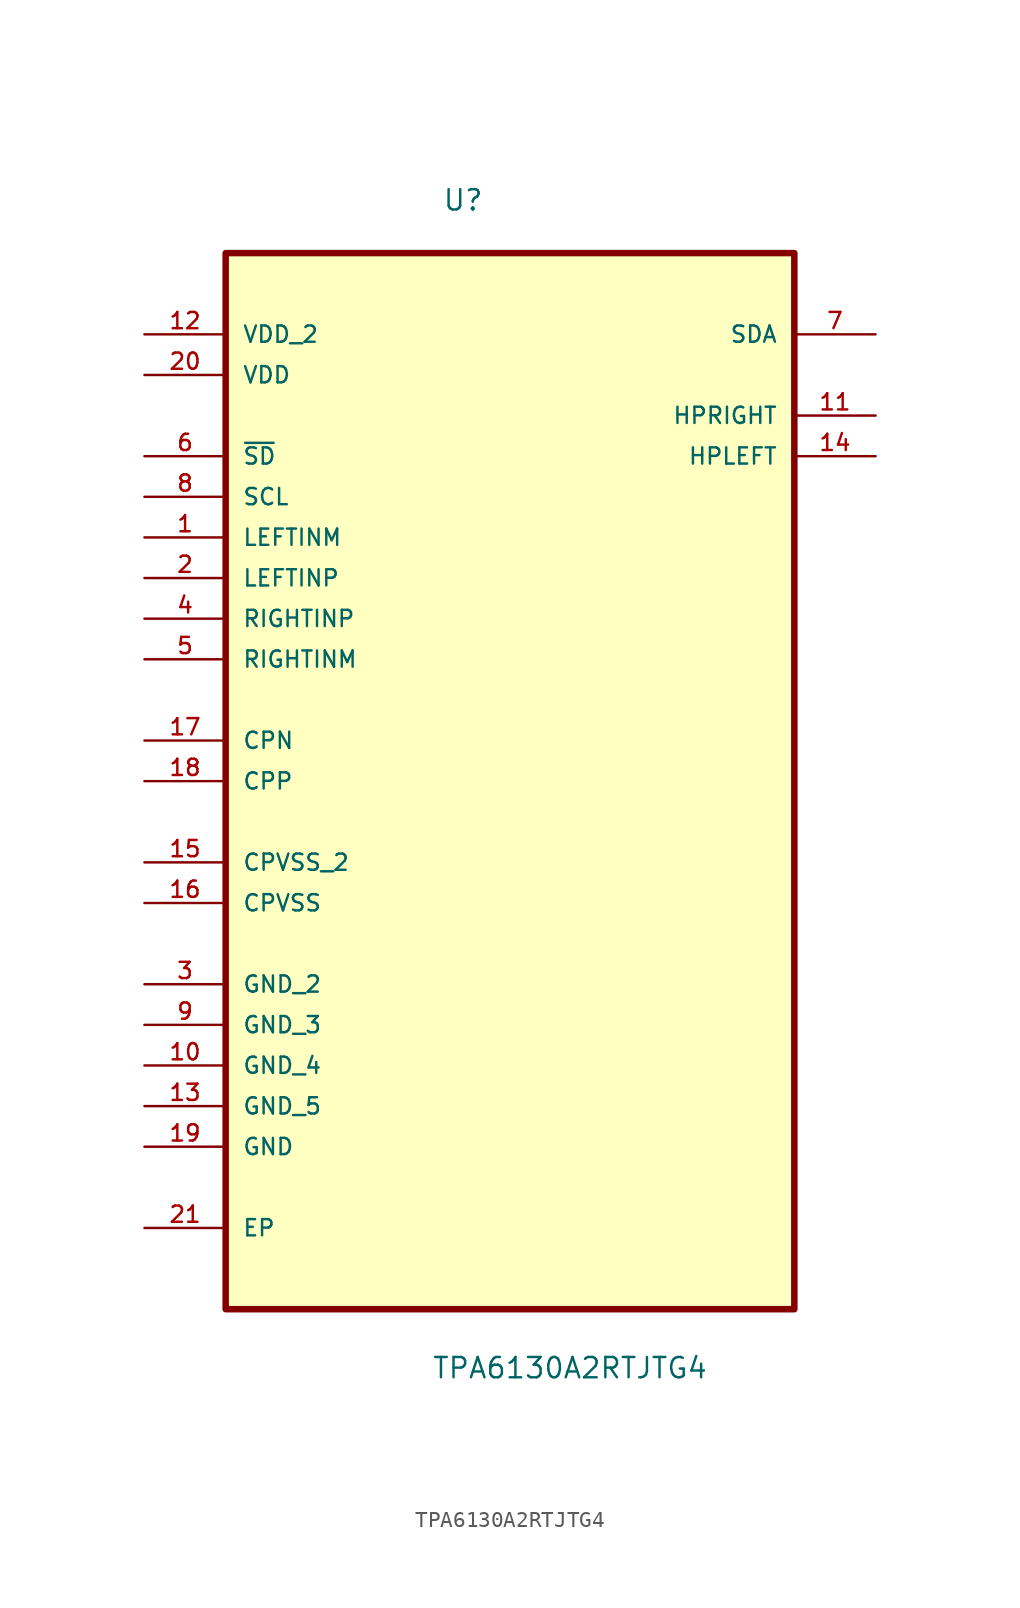
<source format=kicad_sym>
(kicad_symbol_lib
  (version 20211014)
  (generator kicad_symbol_editor)
  (symbol "TPA6130A2RTJTG4"
    (pin_names
      (offset 1.016))
    (property "Reference" "U"
      (at -4.242 33.045 0)
      (effects (font (size 1.27 1.27)) (justify left bottom)))
    (property "Value" "TPA6130A2RTJTG4"
      (at -4.902 -39.98 0)
      (effects (font (size 1.27 1.27)) (justify left bottom)))
    (property "ki_locked" ""
      (at 0 0 0)
      (effects (font (size 1.27 1.27))))
    (symbol "TPA6130A2RTJTG4_0_0"
      (rectangle (start -17.78 -35.56) (end 17.78 30.48) (stroke (width 0.406) (type default) (color 0 0 0 0)) (fill (type background)))
      (pin input line (at -22.86 12.7 0) (length 5.08) (name "LEFTINM" (effects (font (size 1.016 1.016)))) (number "1" (effects (font (size 1.016 1.016)))))
      (pin passive line (at -22.86 -20.32 0) (length 5.08) (name "GND_4" (effects (font (size 1.016 1.016)))) (number "10" (effects (font (size 1.016 1.016)))))
      (pin output line (at 22.86 20.32 180) (length 5.08) (name "HPRIGHT" (effects (font (size 1.016 1.016)))) (number "11" (effects (font (size 1.016 1.016)))))
      (pin power_in line (at -22.86 25.4 0) (length 5.08) (name "VDD_2" (effects (font (size 1.016 1.016)))) (number "12" (effects (font (size 1.016 1.016)))))
      (pin passive line (at -22.86 -22.86 0) (length 5.08) (name "GND_5" (effects (font (size 1.016 1.016)))) (number "13" (effects (font (size 1.016 1.016)))))
      (pin output line (at 22.86 17.78 180) (length 5.08) (name "HPLEFT" (effects (font (size 1.016 1.016)))) (number "14" (effects (font (size 1.016 1.016)))))
      (pin power_in line (at -22.86 -7.62 0) (length 5.08) (name "CPVSS_2" (effects (font (size 1.016 1.016)))) (number "15" (effects (font (size 1.016 1.016)))))
      (pin power_in line (at -22.86 -10.16 0) (length 5.08) (name "CPVSS" (effects (font (size 1.016 1.016)))) (number "16" (effects (font (size 1.016 1.016)))))
      (pin power_in line (at -22.86 0 0) (length 5.08) (name "CPN" (effects (font (size 1.016 1.016)))) (number "17" (effects (font (size 1.016 1.016)))))
      (pin power_in line (at -22.86 -2.54 0) (length 5.08) (name "CPP" (effects (font (size 1.016 1.016)))) (number "18" (effects (font (size 1.016 1.016)))))
      (pin passive line (at -22.86 -25.4 0) (length 5.08) (name "GND" (effects (font (size 1.016 1.016)))) (number "19" (effects (font (size 1.016 1.016)))))
      (pin input line (at -22.86 10.16 0) (length 5.08) (name "LEFTINP" (effects (font (size 1.016 1.016)))) (number "2" (effects (font (size 1.016 1.016)))))
      (pin power_in line (at -22.86 22.86 0) (length 5.08) (name "VDD" (effects (font (size 1.016 1.016)))) (number "20" (effects (font (size 1.016 1.016)))))
      (pin passive line (at -22.86 -30.48 0) (length 5.08) (name "EP" (effects (font (size 1.016 1.016)))) (number "21" (effects (font (size 1.016 1.016)))))
      (pin passive line (at -22.86 -15.24 0) (length 5.08) (name "GND_2" (effects (font (size 1.016 1.016)))) (number "3" (effects (font (size 1.016 1.016)))))
      (pin input line (at -22.86 7.62 0) (length 5.08) (name "RIGHTINP" (effects (font (size 1.016 1.016)))) (number "4" (effects (font (size 1.016 1.016)))))
      (pin input line (at -22.86 5.08 0) (length 5.08) (name "RIGHTINM" (effects (font (size 1.016 1.016)))) (number "5" (effects (font (size 1.016 1.016)))))
      (pin input line (at -22.86 17.78 0) (length 5.08) (name "~{SD}" (effects (font (size 1.016 1.016)))) (number "6" (effects (font (size 1.016 1.016)))))
      (pin bidirectional line (at 22.86 25.4 180) (length 5.08) (name "SDA" (effects (font (size 1.016 1.016)))) (number "7" (effects (font (size 1.016 1.016)))))
      (pin input line (at -22.86 15.24 0) (length 5.08) (name "SCL" (effects (font (size 1.016 1.016)))) (number "8" (effects (font (size 1.016 1.016)))))
      (pin passive line (at -22.86 -17.78 0) (length 5.08) (name "GND_3" (effects (font (size 1.016 1.016)))) (number "9" (effects (font (size 1.016 1.016))))))))
</source>
